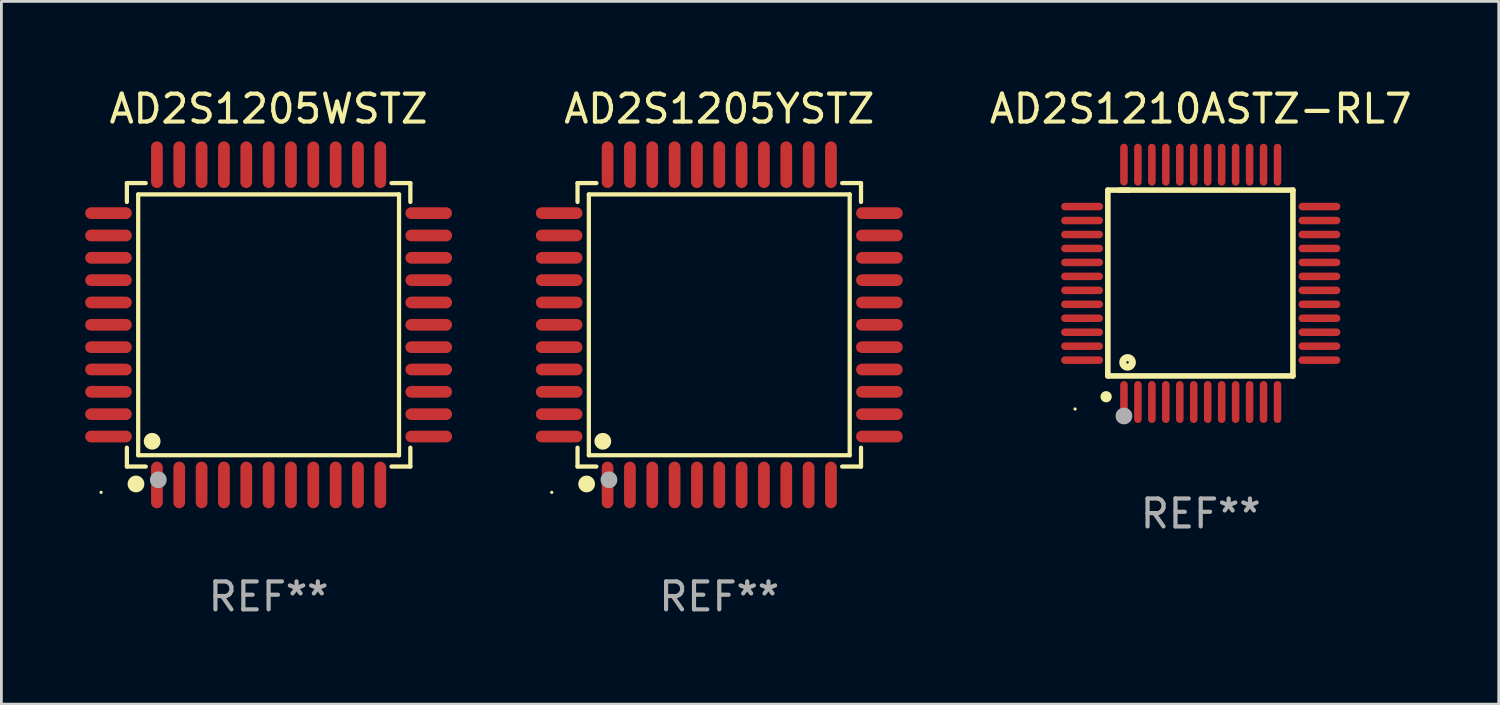
<source format=kicad_pcb>
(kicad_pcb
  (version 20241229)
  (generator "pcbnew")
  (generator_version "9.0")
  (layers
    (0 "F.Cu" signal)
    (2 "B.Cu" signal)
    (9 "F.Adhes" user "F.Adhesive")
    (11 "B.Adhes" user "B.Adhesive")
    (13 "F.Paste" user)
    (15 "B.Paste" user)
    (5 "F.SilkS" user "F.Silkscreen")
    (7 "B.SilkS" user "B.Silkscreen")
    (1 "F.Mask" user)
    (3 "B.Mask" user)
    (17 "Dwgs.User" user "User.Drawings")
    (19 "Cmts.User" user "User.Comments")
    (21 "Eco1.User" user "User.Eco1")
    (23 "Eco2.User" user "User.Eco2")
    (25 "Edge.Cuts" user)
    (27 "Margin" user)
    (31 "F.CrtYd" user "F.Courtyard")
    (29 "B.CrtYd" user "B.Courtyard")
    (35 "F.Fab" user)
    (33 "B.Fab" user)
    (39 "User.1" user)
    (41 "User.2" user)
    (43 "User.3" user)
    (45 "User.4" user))
  (footprint "AD2S1205YSTZ"
    (layer "F.Cu")
    (at 22.71 8.583)
    (property "Reference" "AD2S1205YSTZ" (at 0 -7.735 0) (layer "F.SilkS") (effects (font (size 1 1) (thickness 0.15))))
    (attr through_hole)
    (fp_line (start -5.076 -5.076) (end -4.401 -5.076) (stroke (width 0.152) (type solid)) (layer "F.SilkS"))
    (fp_line (start -5.076 -4.401) (end -5.076 -5.076) (stroke (width 0.152) (type solid)) (layer "F.SilkS"))
    (fp_line (start -5.076 4.401) (end -5.076 5.076) (stroke (width 0.152) (type solid)) (layer "F.SilkS"))
    (fp_line (start -5.076 5.076) (end -4.401 5.076) (stroke (width 0.152) (type solid)) (layer "F.SilkS"))
    (fp_line (start -4.671 -4.671) (end 4.671 -4.671) (stroke (width 0.152) (type solid)) (layer "F.SilkS"))
    (fp_line (start -4.671 4.671) (end -4.671 -4.671) (stroke (width 0.152) (type solid)) (layer "F.SilkS"))
    (fp_line (start 4.671 -4.671) (end 4.671 4.671) (stroke (width 0.152) (type solid)) (layer "F.SilkS"))
    (fp_line (start 4.671 4.671) (end -4.671 4.671) (stroke (width 0.152) (type solid)) (layer "F.SilkS"))
    (fp_line (start 5.076 -5.076) (end 4.401 -5.076) (stroke (width 0.152) (type solid)) (layer "F.SilkS"))
    (fp_line (start 5.076 -4.401) (end 5.076 -5.076) (stroke (width 0.152) (type solid)) (layer "F.SilkS"))
    (fp_line (start 5.076 4.401) (end 5.076 5.076) (stroke (width 0.152) (type solid)) (layer "F.SilkS"))
    (fp_line (start 5.076 5.076) (end 4.401 5.076) (stroke (width 0.152) (type solid)) (layer "F.SilkS"))
    (fp_circle (center -6 6) (end -5.97 6) (stroke (width 0.06) (type solid)) (fill no) (layer "F.SilkS"))
    (fp_circle (center -4.75 5.7) (end -4.6 5.7) (stroke (width 0.3) (type solid)) (fill no) (layer "F.SilkS"))
    (fp_circle (center -4.171 4.171) (end -4.021 4.171) (stroke (width 0.3) (type solid)) (fill no) (layer "F.SilkS"))
    (fp_circle (center -3.95 5.55) (end -3.8 5.55) (stroke (width 0.3) (type solid)) (fill no) (layer "F.Fab"))
    (fp_text user "REF**" (at 0 9.735 0) (layer "F.Fab") (effects (font (size 1 1) (thickness 0.15))))
    (pad "1" smd oval (at -4 5.735) (size 0.42 1.67) (layers "F.Cu" "F.Mask" "F.Paste"))
    (pad "2" smd oval (at -3.2 5.735) (size 0.42 1.67) (layers "F.Cu" "F.Mask" "F.Paste"))
    (pad "3" smd oval (at -2.4 5.735) (size 0.42 1.67) (layers "F.Cu" "F.Mask" "F.Paste"))
    (pad "4" smd oval (at -1.6 5.735) (size 0.42 1.67) (layers "F.Cu" "F.Mask" "F.Paste"))
    (pad "5" smd oval (at -0.8 5.735) (size 0.42 1.67) (layers "F.Cu" "F.Mask" "F.Paste"))
    (pad "6" smd oval (at 0 5.735) (size 0.42 1.67) (layers "F.Cu" "F.Mask" "F.Paste"))
    (pad "7" smd oval (at 0.8 5.735) (size 0.42 1.67) (layers "F.Cu" "F.Mask" "F.Paste"))
    (pad "8" smd oval (at 1.6 5.735) (size 0.42 1.67) (layers "F.Cu" "F.Mask" "F.Paste"))
    (pad "9" smd oval (at 2.4 5.735) (size 0.42 1.67) (layers "F.Cu" "F.Mask" "F.Paste"))
    (pad "10" smd oval (at 3.2 5.735) (size 0.42 1.67) (layers "F.Cu" "F.Mask" "F.Paste"))
    (pad "11" smd oval (at 4 5.735) (size 0.42 1.67) (layers "F.Cu" "F.Mask" "F.Paste"))
    (pad "12" smd oval (at 5.735 4) (size 1.67 0.42) (layers "F.Cu" "F.Mask" "F.Paste"))
    (pad "13" smd oval (at 5.735 3.2) (size 1.67 0.42) (layers "F.Cu" "F.Mask" "F.Paste"))
    (pad "14" smd oval (at 5.735 2.4) (size 1.67 0.42) (layers "F.Cu" "F.Mask" "F.Paste"))
    (pad "15" smd oval (at 5.735 1.6) (size 1.67 0.42) (layers "F.Cu" "F.Mask" "F.Paste"))
    (pad "16" smd oval (at 5.735 0.8) (size 1.67 0.42) (layers "F.Cu" "F.Mask" "F.Paste"))
    (pad "17" smd oval (at 5.735 0) (size 1.67 0.42) (layers "F.Cu" "F.Mask" "F.Paste"))
    (pad "18" smd oval (at 5.735 -0.8) (size 1.67 0.42) (layers "F.Cu" "F.Mask" "F.Paste"))
    (pad "19" smd oval (at 5.735 -1.6) (size 1.67 0.42) (layers "F.Cu" "F.Mask" "F.Paste"))
    (pad "20" smd oval (at 5.735 -2.4) (size 1.67 0.42) (layers "F.Cu" "F.Mask" "F.Paste"))
    (pad "21" smd oval (at 5.735 -3.2) (size 1.67 0.42) (layers "F.Cu" "F.Mask" "F.Paste"))
    (pad "22" smd oval (at 5.735 -4) (size 1.67 0.42) (layers "F.Cu" "F.Mask" "F.Paste"))
    (pad "23" smd oval (at 4 -5.735) (size 0.42 1.67) (layers "F.Cu" "F.Mask" "F.Paste"))
    (pad "24" smd oval (at 3.2 -5.735) (size 0.42 1.67) (layers "F.Cu" "F.Mask" "F.Paste"))
    (pad "25" smd oval (at 2.4 -5.735) (size 0.42 1.67) (layers "F.Cu" "F.Mask" "F.Paste"))
    (pad "26" smd oval (at 1.6 -5.735) (size 0.42 1.67) (layers "F.Cu" "F.Mask" "F.Paste"))
    (pad "27" smd oval (at 0.8 -5.735) (size 0.42 1.67) (layers "F.Cu" "F.Mask" "F.Paste"))
    (pad "28" smd oval (at 0 -5.735) (size 0.42 1.67) (layers "F.Cu" "F.Mask" "F.Paste"))
    (pad "29" smd oval (at -0.8 -5.735) (size 0.42 1.67) (layers "F.Cu" "F.Mask" "F.Paste"))
    (pad "30" smd oval (at -1.6 -5.735) (size 0.42 1.67) (layers "F.Cu" "F.Mask" "F.Paste"))
    (pad "31" smd oval (at -2.4 -5.735) (size 0.42 1.67) (layers "F.Cu" "F.Mask" "F.Paste"))
    (pad "32" smd oval (at -3.2 -5.735) (size 0.42 1.67) (layers "F.Cu" "F.Mask" "F.Paste"))
    (pad "33" smd oval (at -4 -5.735) (size 0.42 1.67) (layers "F.Cu" "F.Mask" "F.Paste"))
    (pad "34" smd oval (at -5.735 -4) (size 1.67 0.42) (layers "F.Cu" "F.Mask" "F.Paste"))
    (pad "35" smd oval (at -5.735 -3.2) (size 1.67 0.42) (layers "F.Cu" "F.Mask" "F.Paste"))
    (pad "36" smd oval (at -5.735 -2.4) (size 1.67 0.42) (layers "F.Cu" "F.Mask" "F.Paste"))
    (pad "37" smd oval (at -5.735 -1.6) (size 1.67 0.42) (layers "F.Cu" "F.Mask" "F.Paste"))
    (pad "38" smd oval (at -5.735 -0.8) (size 1.67 0.42) (layers "F.Cu" "F.Mask" "F.Paste"))
    (pad "39" smd oval (at -5.735 0) (size 1.67 0.42) (layers "F.Cu" "F.Mask" "F.Paste"))
    (pad "40" smd oval (at -5.735 0.8) (size 1.67 0.42) (layers "F.Cu" "F.Mask" "F.Paste"))
    (pad "41" smd oval (at -5.735 1.6) (size 1.67 0.42) (layers "F.Cu" "F.Mask" "F.Paste"))
    (pad "42" smd oval (at -5.735 2.4) (size 1.67 0.42) (layers "F.Cu" "F.Mask" "F.Paste"))
    (pad "43" smd oval (at -5.735 3.2) (size 1.67 0.42) (layers "F.Cu" "F.Mask" "F.Paste"))
    (pad "44" smd oval (at -5.735 4) (size 1.67 0.42) (layers "F.Cu" "F.Mask" "F.Paste")))
  (footprint "AD2S1205WSTZ"
    (layer "F.Cu")
    (at 6.57 8.583)
    (property "Reference" "AD2S1205WSTZ" (at 0 -7.735 0) (layer "F.SilkS") (effects (font (size 1 1) (thickness 0.15))))
    (attr through_hole)
    (fp_line (start -5.076 -5.076) (end -4.401 -5.076) (stroke (width 0.152) (type solid)) (layer "F.SilkS"))
    (fp_line (start -5.076 -4.401) (end -5.076 -5.076) (stroke (width 0.152) (type solid)) (layer "F.SilkS"))
    (fp_line (start -5.076 4.401) (end -5.076 5.076) (stroke (width 0.152) (type solid)) (layer "F.SilkS"))
    (fp_line (start -5.076 5.076) (end -4.401 5.076) (stroke (width 0.152) (type solid)) (layer "F.SilkS"))
    (fp_line (start -4.671 -4.671) (end 4.671 -4.671) (stroke (width 0.152) (type solid)) (layer "F.SilkS"))
    (fp_line (start -4.671 4.671) (end -4.671 -4.671) (stroke (width 0.152) (type solid)) (layer "F.SilkS"))
    (fp_line (start 4.671 -4.671) (end 4.671 4.671) (stroke (width 0.152) (type solid)) (layer "F.SilkS"))
    (fp_line (start 4.671 4.671) (end -4.671 4.671) (stroke (width 0.152) (type solid)) (layer "F.SilkS"))
    (fp_line (start 5.076 -5.076) (end 4.401 -5.076) (stroke (width 0.152) (type solid)) (layer "F.SilkS"))
    (fp_line (start 5.076 -4.401) (end 5.076 -5.076) (stroke (width 0.152) (type solid)) (layer "F.SilkS"))
    (fp_line (start 5.076 4.401) (end 5.076 5.076) (stroke (width 0.152) (type solid)) (layer "F.SilkS"))
    (fp_line (start 5.076 5.076) (end 4.401 5.076) (stroke (width 0.152) (type solid)) (layer "F.SilkS"))
    (fp_circle (center -6 6) (end -5.97 6) (stroke (width 0.06) (type solid)) (fill no) (layer "F.SilkS"))
    (fp_circle (center -4.75 5.7) (end -4.6 5.7) (stroke (width 0.3) (type solid)) (fill no) (layer "F.SilkS"))
    (fp_circle (center -4.171 4.171) (end -4.021 4.171) (stroke (width 0.3) (type solid)) (fill no) (layer "F.SilkS"))
    (fp_circle (center -3.95 5.55) (end -3.8 5.55) (stroke (width 0.3) (type solid)) (fill no) (layer "F.Fab"))
    (fp_text user "REF**" (at 0 9.735 0) (layer "F.Fab") (effects (font (size 1 1) (thickness 0.15))))
    (pad "1" smd oval (at -4 5.735) (size 0.42 1.67) (layers "F.Cu" "F.Mask" "F.Paste"))
    (pad "2" smd oval (at -3.2 5.735) (size 0.42 1.67) (layers "F.Cu" "F.Mask" "F.Paste"))
    (pad "3" smd oval (at -2.4 5.735) (size 0.42 1.67) (layers "F.Cu" "F.Mask" "F.Paste"))
    (pad "4" smd oval (at -1.6 5.735) (size 0.42 1.67) (layers "F.Cu" "F.Mask" "F.Paste"))
    (pad "5" smd oval (at -0.8 5.735) (size 0.42 1.67) (layers "F.Cu" "F.Mask" "F.Paste"))
    (pad "6" smd oval (at 0 5.735) (size 0.42 1.67) (layers "F.Cu" "F.Mask" "F.Paste"))
    (pad "7" smd oval (at 0.8 5.735) (size 0.42 1.67) (layers "F.Cu" "F.Mask" "F.Paste"))
    (pad "8" smd oval (at 1.6 5.735) (size 0.42 1.67) (layers "F.Cu" "F.Mask" "F.Paste"))
    (pad "9" smd oval (at 2.4 5.735) (size 0.42 1.67) (layers "F.Cu" "F.Mask" "F.Paste"))
    (pad "10" smd oval (at 3.2 5.735) (size 0.42 1.67) (layers "F.Cu" "F.Mask" "F.Paste"))
    (pad "11" smd oval (at 4 5.735) (size 0.42 1.67) (layers "F.Cu" "F.Mask" "F.Paste"))
    (pad "12" smd oval (at 5.735 4) (size 1.67 0.42) (layers "F.Cu" "F.Mask" "F.Paste"))
    (pad "13" smd oval (at 5.735 3.2) (size 1.67 0.42) (layers "F.Cu" "F.Mask" "F.Paste"))
    (pad "14" smd oval (at 5.735 2.4) (size 1.67 0.42) (layers "F.Cu" "F.Mask" "F.Paste"))
    (pad "15" smd oval (at 5.735 1.6) (size 1.67 0.42) (layers "F.Cu" "F.Mask" "F.Paste"))
    (pad "16" smd oval (at 5.735 0.8) (size 1.67 0.42) (layers "F.Cu" "F.Mask" "F.Paste"))
    (pad "17" smd oval (at 5.735 0) (size 1.67 0.42) (layers "F.Cu" "F.Mask" "F.Paste"))
    (pad "18" smd oval (at 5.735 -0.8) (size 1.67 0.42) (layers "F.Cu" "F.Mask" "F.Paste"))
    (pad "19" smd oval (at 5.735 -1.6) (size 1.67 0.42) (layers "F.Cu" "F.Mask" "F.Paste"))
    (pad "20" smd oval (at 5.735 -2.4) (size 1.67 0.42) (layers "F.Cu" "F.Mask" "F.Paste"))
    (pad "21" smd oval (at 5.735 -3.2) (size 1.67 0.42) (layers "F.Cu" "F.Mask" "F.Paste"))
    (pad "22" smd oval (at 5.735 -4) (size 1.67 0.42) (layers "F.Cu" "F.Mask" "F.Paste"))
    (pad "23" smd oval (at 4 -5.735) (size 0.42 1.67) (layers "F.Cu" "F.Mask" "F.Paste"))
    (pad "24" smd oval (at 3.2 -5.735) (size 0.42 1.67) (layers "F.Cu" "F.Mask" "F.Paste"))
    (pad "25" smd oval (at 2.4 -5.735) (size 0.42 1.67) (layers "F.Cu" "F.Mask" "F.Paste"))
    (pad "26" smd oval (at 1.6 -5.735) (size 0.42 1.67) (layers "F.Cu" "F.Mask" "F.Paste"))
    (pad "27" smd oval (at 0.8 -5.735) (size 0.42 1.67) (layers "F.Cu" "F.Mask" "F.Paste"))
    (pad "28" smd oval (at 0 -5.735) (size 0.42 1.67) (layers "F.Cu" "F.Mask" "F.Paste"))
    (pad "29" smd oval (at -0.8 -5.735) (size 0.42 1.67) (layers "F.Cu" "F.Mask" "F.Paste"))
    (pad "30" smd oval (at -1.6 -5.735) (size 0.42 1.67) (layers "F.Cu" "F.Mask" "F.Paste"))
    (pad "31" smd oval (at -2.4 -5.735) (size 0.42 1.67) (layers "F.Cu" "F.Mask" "F.Paste"))
    (pad "32" smd oval (at -3.2 -5.735) (size 0.42 1.67) (layers "F.Cu" "F.Mask" "F.Paste"))
    (pad "33" smd oval (at -4 -5.735) (size 0.42 1.67) (layers "F.Cu" "F.Mask" "F.Paste"))
    (pad "34" smd oval (at -5.735 -4) (size 1.67 0.42) (layers "F.Cu" "F.Mask" "F.Paste"))
    (pad "35" smd oval (at -5.735 -3.2) (size 1.67 0.42) (layers "F.Cu" "F.Mask" "F.Paste"))
    (pad "36" smd oval (at -5.735 -2.4) (size 1.67 0.42) (layers "F.Cu" "F.Mask" "F.Paste"))
    (pad "37" smd oval (at -5.735 -1.6) (size 1.67 0.42) (layers "F.Cu" "F.Mask" "F.Paste"))
    (pad "38" smd oval (at -5.735 -0.8) (size 1.67 0.42) (layers "F.Cu" "F.Mask" "F.Paste"))
    (pad "39" smd oval (at -5.735 0) (size 1.67 0.42) (layers "F.Cu" "F.Mask" "F.Paste"))
    (pad "40" smd oval (at -5.735 0.8) (size 1.67 0.42) (layers "F.Cu" "F.Mask" "F.Paste"))
    (pad "41" smd oval (at -5.735 1.6) (size 1.67 0.42) (layers "F.Cu" "F.Mask" "F.Paste"))
    (pad "42" smd oval (at -5.735 2.4) (size 1.67 0.42) (layers "F.Cu" "F.Mask" "F.Paste"))
    (pad "43" smd oval (at -5.735 3.2) (size 1.67 0.42) (layers "F.Cu" "F.Mask" "F.Paste"))
    (pad "44" smd oval (at -5.735 4) (size 1.67 0.42) (layers "F.Cu" "F.Mask" "F.Paste")))
  (footprint "AD2S1210ASTZ-RL7"
    (layer "F.Cu")
    (at 39.953 7.098)
    (property "Reference" "AD2S1210ASTZ-RL7" (at 0 -6.25 0) (layer "F.SilkS") (effects (font (size 1 1) (thickness 0.15))))
    (attr through_hole)
    (fp_line (start -3.327 -3.34) (end -2.565 -3.34) (stroke (width 0.2) (type solid)) (layer "F.SilkS"))
    (fp_line (start -3.327 3.315) (end -3.327 -3.34) (stroke (width 0.2) (type solid)) (layer "F.SilkS"))
    (fp_line (start -2.896 -3.34) (end 3.302 -3.34) (stroke (width 0.2) (type solid)) (layer "F.SilkS"))
    (fp_line (start 3.302 -3.34) (end 3.302 3.315) (stroke (width 0.2) (type solid)) (layer "F.SilkS"))
    (fp_line (start 3.302 3.315) (end -3.327 3.315) (stroke (width 0.2) (type solid)) (layer "F.SilkS"))
    (fp_arc (start -3.389992 4.059995) (mid -3.388722 4.059991) (end -3.387452 4.059995) (stroke (width 0.4) (type solid)) (layer "F.SilkS"))
    (fp_circle (center -4.5 4.5) (end -4.47 4.5) (stroke (width 0.06) (type solid)) (fill no) (layer "F.SilkS"))
    (fp_circle (center -2.62 2.83) (end -2.45 2.83) (stroke (width 0.254) (type solid)) (fill no) (layer "F.SilkS"))
    (fp_circle (center -2.75 4.75) (end -2.6 4.75) (stroke (width 0.3) (type solid)) (fill no) (layer "F.Fab"))
    (fp_text user "REF**" (at 0 8.25 0) (layer "F.Fab") (effects (font (size 1 1) (thickness 0.15))))
    (pad "1" smd oval (at -2.75 4.25) (size 0.27 1.5) (layers "F.Cu" "F.Mask" "F.Paste"))
    (pad "2" smd oval (at -2.25 4.25) (size 0.27 1.5) (layers "F.Cu" "F.Mask" "F.Paste"))
    (pad "3" smd oval (at -1.75 4.25) (size 0.27 1.5) (layers "F.Cu" "F.Mask" "F.Paste"))
    (pad "4" smd oval (at -1.25 4.25) (size 0.27 1.5) (layers "F.Cu" "F.Mask" "F.Paste"))
    (pad "5" smd oval (at -0.75 4.25) (size 0.27 1.5) (layers "F.Cu" "F.Mask" "F.Paste"))
    (pad "6" smd oval (at -0.25 4.25) (size 0.27 1.5) (layers "F.Cu" "F.Mask" "F.Paste"))
    (pad "7" smd oval (at 0.25 4.25) (size 0.27 1.5) (layers "F.Cu" "F.Mask" "F.Paste"))
    (pad "8" smd oval (at 0.75 4.25) (size 0.27 1.5) (layers "F.Cu" "F.Mask" "F.Paste"))
    (pad "9" smd oval (at 1.25 4.25) (size 0.27 1.5) (layers "F.Cu" "F.Mask" "F.Paste"))
    (pad "10" smd oval (at 1.75 4.25) (size 0.27 1.5) (layers "F.Cu" "F.Mask" "F.Paste"))
    (pad "11" smd oval (at 2.25 4.25) (size 0.27 1.5) (layers "F.Cu" "F.Mask" "F.Paste"))
    (pad "12" smd oval (at 2.75 4.25) (size 0.27 1.5) (layers "F.Cu" "F.Mask" "F.Paste"))
    (pad "13" smd oval (at 4.25 2.75) (size 1.5 0.27) (layers "F.Cu" "F.Mask" "F.Paste"))
    (pad "14" smd oval (at 4.25 2.25) (size 1.5 0.27) (layers "F.Cu" "F.Mask" "F.Paste"))
    (pad "15" smd oval (at 4.25 1.75) (size 1.5 0.27) (layers "F.Cu" "F.Mask" "F.Paste"))
    (pad "16" smd oval (at 4.25 1.25) (size 1.5 0.27) (layers "F.Cu" "F.Mask" "F.Paste"))
    (pad "17" smd oval (at 4.25 0.75) (size 1.5 0.27) (layers "F.Cu" "F.Mask" "F.Paste"))
    (pad "18" smd oval (at 4.25 0.25) (size 1.5 0.27) (layers "F.Cu" "F.Mask" "F.Paste"))
    (pad "19" smd oval (at 4.25 -0.25) (size 1.5 0.27) (layers "F.Cu" "F.Mask" "F.Paste"))
    (pad "20" smd oval (at 4.25 -0.75) (size 1.5 0.27) (layers "F.Cu" "F.Mask" "F.Paste"))
    (pad "21" smd oval (at 4.25 -1.25) (size 1.5 0.27) (layers "F.Cu" "F.Mask" "F.Paste"))
    (pad "22" smd oval (at 4.25 -1.75) (size 1.5 0.27) (layers "F.Cu" "F.Mask" "F.Paste"))
    (pad "23" smd oval (at 4.25 -2.25) (size 1.5 0.27) (layers "F.Cu" "F.Mask" "F.Paste"))
    (pad "24" smd oval (at 4.25 -2.75) (size 1.5 0.27) (layers "F.Cu" "F.Mask" "F.Paste"))
    (pad "25" smd oval (at 2.75 -4.25) (size 0.27 1.5) (layers "F.Cu" "F.Mask" "F.Paste"))
    (pad "26" smd oval (at 2.25 -4.25) (size 0.27 1.5) (layers "F.Cu" "F.Mask" "F.Paste"))
    (pad "27" smd oval (at 1.75 -4.25) (size 0.27 1.5) (layers "F.Cu" "F.Mask" "F.Paste"))
    (pad "28" smd oval (at 1.25 -4.25) (size 0.27 1.5) (layers "F.Cu" "F.Mask" "F.Paste"))
    (pad "29" smd oval (at 0.75 -4.25) (size 0.27 1.5) (layers "F.Cu" "F.Mask" "F.Paste"))
    (pad "30" smd oval (at 0.25 -4.25) (size 0.27 1.5) (layers "F.Cu" "F.Mask" "F.Paste"))
    (pad "31" smd oval (at -0.25 -4.25) (size 0.27 1.5) (layers "F.Cu" "F.Mask" "F.Paste"))
    (pad "32" smd oval (at -0.75 -4.25) (size 0.27 1.5) (layers "F.Cu" "F.Mask" "F.Paste"))
    (pad "33" smd oval (at -1.25 -4.25) (size 0.27 1.5) (layers "F.Cu" "F.Mask" "F.Paste"))
    (pad "34" smd oval (at -1.75 -4.25) (size 0.27 1.5) (layers "F.Cu" "F.Mask" "F.Paste"))
    (pad "35" smd oval (at -2.25 -4.25) (size 0.27 1.5) (layers "F.Cu" "F.Mask" "F.Paste"))
    (pad "36" smd oval (at -2.75 -4.25) (size 0.27 1.5) (layers "F.Cu" "F.Mask" "F.Paste"))
    (pad "37" smd oval (at -4.25 -2.75) (size 1.5 0.27) (layers "F.Cu" "F.Mask" "F.Paste"))
    (pad "38" smd oval (at -4.25 -2.25) (size 1.5 0.27) (layers "F.Cu" "F.Mask" "F.Paste"))
    (pad "39" smd oval (at -4.25 -1.75) (size 1.5 0.27) (layers "F.Cu" "F.Mask" "F.Paste"))
    (pad "40" smd oval (at -4.25 -1.25) (size 1.5 0.27) (layers "F.Cu" "F.Mask" "F.Paste"))
    (pad "41" smd oval (at -4.25 -0.75) (size 1.5 0.27) (layers "F.Cu" "F.Mask" "F.Paste"))
    (pad "42" smd oval (at -4.25 -0.25) (size 1.5 0.27) (layers "F.Cu" "F.Mask" "F.Paste"))
    (pad "43" smd oval (at -4.25 0.25) (size 1.5 0.27) (layers "F.Cu" "F.Mask" "F.Paste"))
    (pad "44" smd oval (at -4.25 0.75) (size 1.5 0.27) (layers "F.Cu" "F.Mask" "F.Paste"))
    (pad "45" smd oval (at -4.25 1.25) (size 1.5 0.27) (layers "F.Cu" "F.Mask" "F.Paste"))
    (pad "46" smd oval (at -4.25 1.75) (size 1.5 0.27) (layers "F.Cu" "F.Mask" "F.Paste"))
    (pad "47" smd oval (at -4.25 2.25) (size 1.5 0.27) (layers "F.Cu" "F.Mask" "F.Paste"))
    (pad "48" smd oval (at -4.25 2.75) (size 1.5 0.27) (layers "F.Cu" "F.Mask" "F.Paste")))
  (gr_rect
    (start -3 -3)
    (end 50.626 22.167)
    (stroke (width 0.1) (type default))
    (fill no)
    (layer "Edge.Cuts")))
</source>
